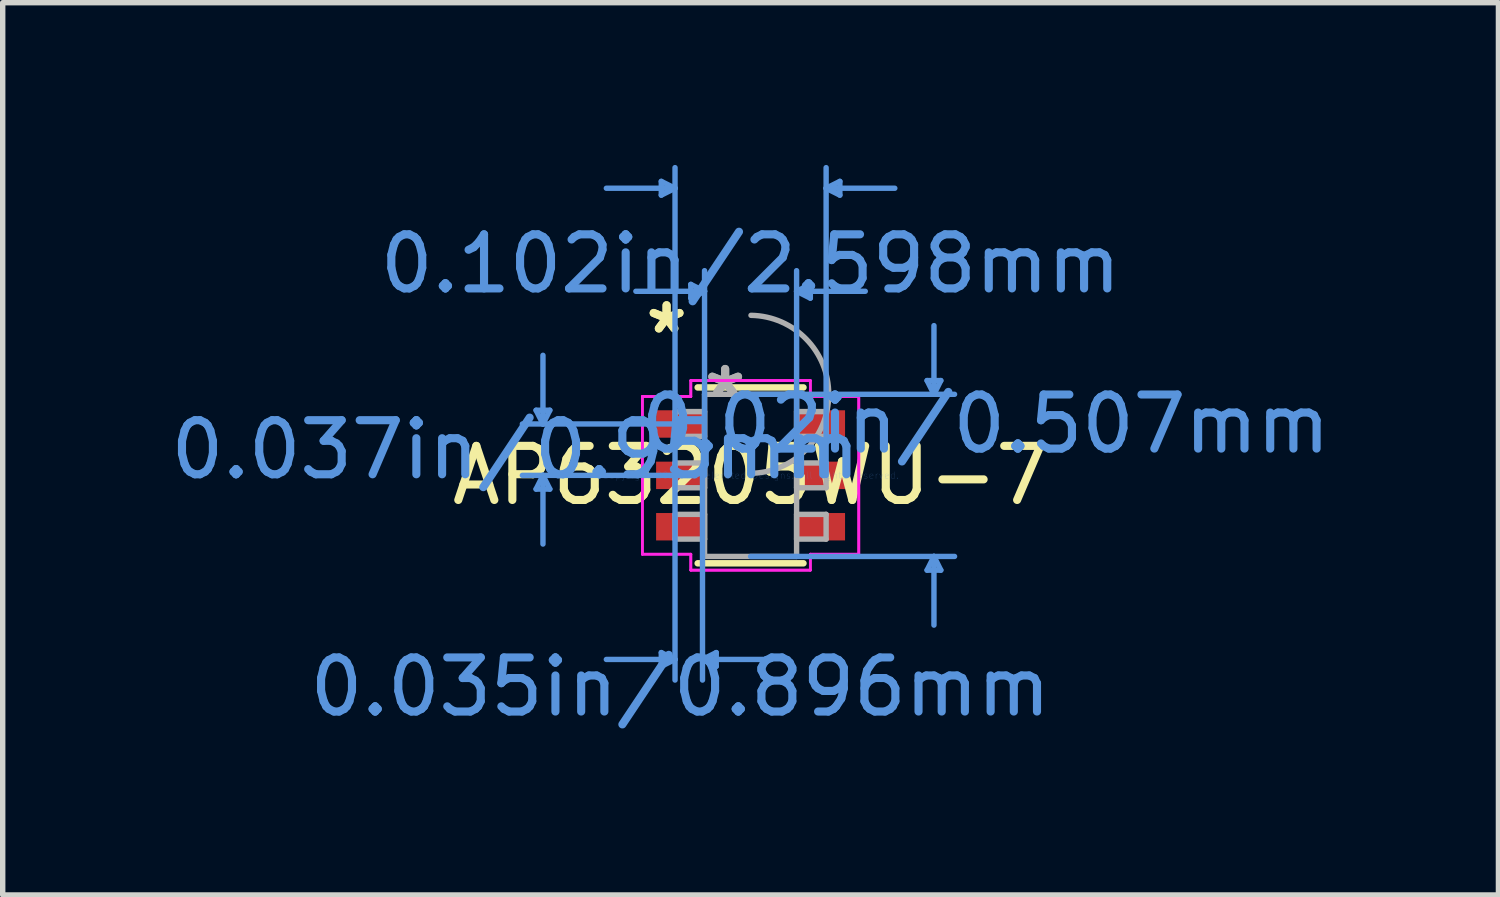
<source format=kicad_pcb>
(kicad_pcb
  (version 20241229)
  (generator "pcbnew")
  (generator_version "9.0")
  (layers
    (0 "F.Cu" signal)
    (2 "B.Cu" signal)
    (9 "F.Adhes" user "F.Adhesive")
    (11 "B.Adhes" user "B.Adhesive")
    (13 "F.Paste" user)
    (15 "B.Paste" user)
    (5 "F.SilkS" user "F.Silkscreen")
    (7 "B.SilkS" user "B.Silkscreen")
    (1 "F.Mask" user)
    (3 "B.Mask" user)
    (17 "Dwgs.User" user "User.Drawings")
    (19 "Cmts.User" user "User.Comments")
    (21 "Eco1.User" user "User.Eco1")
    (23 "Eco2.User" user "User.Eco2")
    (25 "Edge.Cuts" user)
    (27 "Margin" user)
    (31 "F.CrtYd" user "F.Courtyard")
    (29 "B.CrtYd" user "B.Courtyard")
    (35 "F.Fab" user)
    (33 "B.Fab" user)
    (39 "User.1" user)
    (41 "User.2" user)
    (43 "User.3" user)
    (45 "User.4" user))
  (footprint "AP63205WU-7"
    (layer "F.Cu")
    (at 10.829 5.74)
    (property "Reference" "AP63205WU-7" (at 0 0 0) (layer "F.SilkS") (effects (font (size 1 1) (thickness 0.15))))
    (attr through_hole)
    (fp_line (start -0.978 1.626) (end 0.978 1.626) (stroke (width 0.12) (type solid)) (layer "F.SilkS"))
    (fp_line (start 0.978 -1.626) (end -0.978 -1.626) (stroke (width 0.12) (type solid)) (layer "F.SilkS"))
    (fp_line (start -3.966 -1.204) (end -3.712 -1.204) (stroke (width 0.1) (type solid)) (layer "Cmts.User"))
    (fp_line (start -3.966 0.254) (end -3.712 0.254) (stroke (width 0.1) (type solid)) (layer "Cmts.User"))
    (fp_line (start -3.839 -0.95) (end -3.966 -1.204) (stroke (width 0.1) (type solid)) (layer "Cmts.User"))
    (fp_line (start -3.839 -0.95) (end -3.839 -2.22) (stroke (width 0.1) (type solid)) (layer "Cmts.User"))
    (fp_line (start -3.839 -0.95) (end -3.712 -1.204) (stroke (width 0.1) (type solid)) (layer "Cmts.User"))
    (fp_line (start -3.839 0) (end -3.966 0.254) (stroke (width 0.1) (type solid)) (layer "Cmts.User"))
    (fp_line (start -3.839 0) (end -3.839 1.27) (stroke (width 0.1) (type solid)) (layer "Cmts.User"))
    (fp_line (start -3.839 0) (end -3.712 0.254) (stroke (width 0.1) (type solid)) (layer "Cmts.User"))
    (fp_line (start -1.651 -5.436) (end -1.651 -5.182) (stroke (width 0.1) (type solid)) (layer "Cmts.User"))
    (fp_line (start -1.651 3.277) (end -1.651 3.531) (stroke (width 0.1) (type solid)) (layer "Cmts.User"))
    (fp_line (start -1.397 -5.309) (end -2.667 -5.309) (stroke (width 0.1) (type solid)) (layer "Cmts.User"))
    (fp_line (start -1.397 -5.309) (end -1.651 -5.436) (stroke (width 0.1) (type solid)) (layer "Cmts.User"))
    (fp_line (start -1.397 -5.309) (end -1.651 -5.182) (stroke (width 0.1) (type solid)) (layer "Cmts.User"))
    (fp_line (start -1.397 0) (end -1.397 -5.69) (stroke (width 0.1) (type solid)) (layer "Cmts.User"))
    (fp_line (start -1.397 0) (end -1.397 3.785) (stroke (width 0.1) (type solid)) (layer "Cmts.User"))
    (fp_line (start -1.397 3.404) (end -2.667 3.404) (stroke (width 0.1) (type solid)) (layer "Cmts.User"))
    (fp_line (start -1.397 3.404) (end -1.651 3.277) (stroke (width 0.1) (type solid)) (layer "Cmts.User"))
    (fp_line (start -1.397 3.404) (end -1.651 3.531) (stroke (width 0.1) (type solid)) (layer "Cmts.User"))
    (fp_line (start -1.299 -0.95) (end -4.22 -0.95) (stroke (width 0.1) (type solid)) (layer "Cmts.User"))
    (fp_line (start -1.299 0) (end -4.22 0) (stroke (width 0.1) (type solid)) (layer "Cmts.User"))
    (fp_line (start -1.105 -3.531) (end -1.105 -3.277) (stroke (width 0.1) (type solid)) (layer "Cmts.User"))
    (fp_line (start -0.889 0) (end -0.889 3.785) (stroke (width 0.1) (type solid)) (layer "Cmts.User"))
    (fp_line (start -0.889 3.404) (end -0.635 3.277) (stroke (width 0.1) (type solid)) (layer "Cmts.User"))
    (fp_line (start -0.889 3.404) (end -0.635 3.531) (stroke (width 0.1) (type solid)) (layer "Cmts.User"))
    (fp_line (start -0.889 3.404) (end 0.381 3.404) (stroke (width 0.1) (type solid)) (layer "Cmts.User"))
    (fp_line (start -0.851 -3.404) (end -2.121 -3.404) (stroke (width 0.1) (type solid)) (layer "Cmts.User"))
    (fp_line (start -0.851 -3.404) (end -1.105 -3.531) (stroke (width 0.1) (type solid)) (layer "Cmts.User"))
    (fp_line (start -0.851 -3.404) (end -1.105 -3.277) (stroke (width 0.1) (type solid)) (layer "Cmts.User"))
    (fp_line (start -0.851 0) (end -0.851 -3.785) (stroke (width 0.1) (type solid)) (layer "Cmts.User"))
    (fp_line (start -0.635 3.277) (end -0.635 3.531) (stroke (width 0.1) (type solid)) (layer "Cmts.User"))
    (fp_line (start 0 -1.499) (end 3.772 -1.499) (stroke (width 0.1) (type solid)) (layer "Cmts.User"))
    (fp_line (start 0 1.499) (end 3.772 1.499) (stroke (width 0.1) (type solid)) (layer "Cmts.User"))
    (fp_line (start 0.851 -3.404) (end 1.105 -3.531) (stroke (width 0.1) (type solid)) (layer "Cmts.User"))
    (fp_line (start 0.851 -3.404) (end 1.105 -3.277) (stroke (width 0.1) (type solid)) (layer "Cmts.User"))
    (fp_line (start 0.851 -3.404) (end 2.121 -3.404) (stroke (width 0.1) (type solid)) (layer "Cmts.User"))
    (fp_line (start 0.851 0) (end 0.851 -3.785) (stroke (width 0.1) (type solid)) (layer "Cmts.User"))
    (fp_line (start 1.105 -3.531) (end 1.105 -3.277) (stroke (width 0.1) (type solid)) (layer "Cmts.User"))
    (fp_line (start 1.397 -5.309) (end 1.651 -5.436) (stroke (width 0.1) (type solid)) (layer "Cmts.User"))
    (fp_line (start 1.397 -5.309) (end 1.651 -5.182) (stroke (width 0.1) (type solid)) (layer "Cmts.User"))
    (fp_line (start 1.397 -5.309) (end 2.667 -5.309) (stroke (width 0.1) (type solid)) (layer "Cmts.User"))
    (fp_line (start 1.397 0) (end 1.397 -5.69) (stroke (width 0.1) (type solid)) (layer "Cmts.User"))
    (fp_line (start 1.651 -5.436) (end 1.651 -5.182) (stroke (width 0.1) (type solid)) (layer "Cmts.User"))
    (fp_line (start 3.264 -1.753) (end 3.518 -1.753) (stroke (width 0.1) (type solid)) (layer "Cmts.User"))
    (fp_line (start 3.264 1.753) (end 3.518 1.753) (stroke (width 0.1) (type solid)) (layer "Cmts.User"))
    (fp_line (start 3.391 -1.499) (end 3.264 -1.753) (stroke (width 0.1) (type solid)) (layer "Cmts.User"))
    (fp_line (start 3.391 -1.499) (end 3.391 -2.769) (stroke (width 0.1) (type solid)) (layer "Cmts.User"))
    (fp_line (start 3.391 -1.499) (end 3.518 -1.753) (stroke (width 0.1) (type solid)) (layer "Cmts.User"))
    (fp_line (start 3.391 1.499) (end 3.264 1.753) (stroke (width 0.1) (type solid)) (layer "Cmts.User"))
    (fp_line (start 3.391 1.499) (end 3.391 2.769) (stroke (width 0.1) (type solid)) (layer "Cmts.User"))
    (fp_line (start 3.391 1.499) (end 3.518 1.753) (stroke (width 0.1) (type solid)) (layer "Cmts.User"))
    (fp_line (start -2.001 -1.458) (end -1.105 -1.458) (stroke (width 0.05) (type solid)) (layer "F.CrtYd"))
    (fp_line (start -2.001 -1.458) (end -1.105 -1.458) (stroke (width 0.05) (type solid)) (layer "F.CrtYd"))
    (fp_line (start -2.001 1.458) (end -2.001 -1.458) (stroke (width 0.05) (type solid)) (layer "F.CrtYd"))
    (fp_line (start -2.001 1.458) (end -2.001 -1.458) (stroke (width 0.05) (type solid)) (layer "F.CrtYd"))
    (fp_line (start -2.001 1.458) (end -1.105 1.458) (stroke (width 0.05) (type solid)) (layer "F.CrtYd"))
    (fp_line (start -1.105 -1.753) (end 1.105 -1.753) (stroke (width 0.05) (type solid)) (layer "F.CrtYd"))
    (fp_line (start -1.105 -1.753) (end 1.105 -1.753) (stroke (width 0.05) (type solid)) (layer "F.CrtYd"))
    (fp_line (start -1.105 -1.458) (end -1.105 -1.753) (stroke (width 0.05) (type solid)) (layer "F.CrtYd"))
    (fp_line (start -1.105 -1.458) (end -1.105 -1.753) (stroke (width 0.05) (type solid)) (layer "F.CrtYd"))
    (fp_line (start -1.105 1.458) (end -2.001 1.458) (stroke (width 0.05) (type solid)) (layer "F.CrtYd"))
    (fp_line (start -1.105 1.753) (end -1.105 1.458) (stroke (width 0.05) (type solid)) (layer "F.CrtYd"))
    (fp_line (start -1.105 1.753) (end -1.105 1.458) (stroke (width 0.05) (type solid)) (layer "F.CrtYd"))
    (fp_line (start 1.105 -1.753) (end 1.105 -1.458) (stroke (width 0.05) (type solid)) (layer "F.CrtYd"))
    (fp_line (start 1.105 -1.753) (end 1.105 -1.458) (stroke (width 0.05) (type solid)) (layer "F.CrtYd"))
    (fp_line (start 1.105 -1.458) (end 2.001 -1.458) (stroke (width 0.05) (type solid)) (layer "F.CrtYd"))
    (fp_line (start 1.105 1.458) (end 1.105 1.753) (stroke (width 0.05) (type solid)) (layer "F.CrtYd"))
    (fp_line (start 1.105 1.458) (end 1.105 1.753) (stroke (width 0.05) (type solid)) (layer "F.CrtYd"))
    (fp_line (start 1.105 1.753) (end -1.105 1.753) (stroke (width 0.05) (type solid)) (layer "F.CrtYd"))
    (fp_line (start 1.105 1.753) (end -1.105 1.753) (stroke (width 0.05) (type solid)) (layer "F.CrtYd"))
    (fp_line (start 2.001 -1.458) (end 1.105 -1.458) (stroke (width 0.05) (type solid)) (layer "F.CrtYd"))
    (fp_line (start 2.001 -1.458) (end 2.001 1.458) (stroke (width 0.05) (type solid)) (layer "F.CrtYd"))
    (fp_line (start 2.001 -1.458) (end 2.001 1.458) (stroke (width 0.05) (type solid)) (layer "F.CrtYd"))
    (fp_line (start 2.001 1.458) (end 1.105 1.458) (stroke (width 0.05) (type solid)) (layer "F.CrtYd"))
    (fp_line (start 2.001 1.458) (end 1.105 1.458) (stroke (width 0.05) (type solid)) (layer "F.CrtYd"))
    (fp_line (start -1.397 -1.179) (end -1.397 -0.721) (stroke (width 0.1) (type solid)) (layer "F.Fab"))
    (fp_line (start -1.397 -0.721) (end -0.851 -0.721) (stroke (width 0.1) (type solid)) (layer "F.Fab"))
    (fp_line (start -1.397 -0.229) (end -1.397 0.229) (stroke (width 0.1) (type solid)) (layer "F.Fab"))
    (fp_line (start -1.397 0.229) (end -0.851 0.229) (stroke (width 0.1) (type solid)) (layer "F.Fab"))
    (fp_line (start -1.397 0.721) (end -1.397 1.179) (stroke (width 0.1) (type solid)) (layer "F.Fab"))
    (fp_line (start -1.397 1.179) (end -0.851 1.179) (stroke (width 0.1) (type solid)) (layer "F.Fab"))
    (fp_line (start -0.851 -1.499) (end -0.851 1.499) (stroke (width 0.1) (type solid)) (layer "F.Fab"))
    (fp_line (start -0.851 -1.179) (end -1.397 -1.179) (stroke (width 0.1) (type solid)) (layer "F.Fab"))
    (fp_line (start -0.851 -0.721) (end -0.851 -1.179) (stroke (width 0.1) (type solid)) (layer "F.Fab"))
    (fp_line (start -0.851 -0.229) (end -1.397 -0.229) (stroke (width 0.1) (type solid)) (layer "F.Fab"))
    (fp_line (start -0.851 0.229) (end -0.851 -0.229) (stroke (width 0.1) (type solid)) (layer "F.Fab"))
    (fp_line (start -0.851 0.721) (end -1.397 0.721) (stroke (width 0.1) (type solid)) (layer "F.Fab"))
    (fp_line (start -0.851 1.179) (end -0.851 0.721) (stroke (width 0.1) (type solid)) (layer "F.Fab"))
    (fp_line (start -0.851 1.499) (end 0.851 1.499) (stroke (width 0.1) (type solid)) (layer "F.Fab"))
    (fp_line (start 0.851 -1.499) (end -0.851 -1.499) (stroke (width 0.1) (type solid)) (layer "F.Fab"))
    (fp_line (start 0.851 -1.179) (end 0.851 -0.721) (stroke (width 0.1) (type solid)) (layer "F.Fab"))
    (fp_line (start 0.851 -0.721) (end 1.397 -0.721) (stroke (width 0.1) (type solid)) (layer "F.Fab"))
    (fp_line (start 0.851 -0.229) (end 0.851 0.229) (stroke (width 0.1) (type solid)) (layer "F.Fab"))
    (fp_line (start 0.851 0.229) (end 1.397 0.229) (stroke (width 0.1) (type solid)) (layer "F.Fab"))
    (fp_line (start 0.851 0.721) (end 0.851 1.179) (stroke (width 0.1) (type solid)) (layer "F.Fab"))
    (fp_line (start 0.851 1.179) (end 1.397 1.179) (stroke (width 0.1) (type solid)) (layer "F.Fab"))
    (fp_line (start 0.851 1.499) (end 0.851 -1.499) (stroke (width 0.1) (type solid)) (layer "F.Fab"))
    (fp_line (start 1.397 -1.179) (end 0.851 -1.179) (stroke (width 0.1) (type solid)) (layer "F.Fab"))
    (fp_line (start 1.397 -0.721) (end 1.397 -1.179) (stroke (width 0.1) (type solid)) (layer "F.Fab"))
    (fp_line (start 1.397 -0.229) (end 0.851 -0.229) (stroke (width 0.1) (type solid)) (layer "F.Fab"))
    (fp_line (start 1.397 0.229) (end 1.397 -0.229) (stroke (width 0.1) (type solid)) (layer "F.Fab"))
    (fp_line (start 1.397 0.721) (end 0.851 0.721) (stroke (width 0.1) (type solid)) (layer "F.Fab"))
    (fp_line (start 1.397 1.179) (end 1.397 0.721) (stroke (width 0.1) (type solid)) (layer "F.Fab"))
    (fp_arc (start 0.007742 -2.959136) (mid 1.460536 -1.490858) (end -0.007742 -0.038064) (stroke (width 0.1) (type solid)) (layer "F.Fab"))
    (fp_text user "*" (at -1.553 -2.6 0) (layer "F.SilkS") (effects (font (size 1 1) (thickness 0.15))))
    (fp_text user "*" (at -1.553 -2.6 0) (layer "F.SilkS") (effects (font (size 1 1) (thickness 0.15))))
    (fp_text user "0.102in/2.598mm" (at 0 -3.912 0) (layer "Cmts.User") (effects (font (size 1 1) (thickness 0.15))))
    (fp_text user "0.035in/0.896mm" (at -1.299 3.912 0) (layer "Cmts.User") (effects (font (size 1 1) (thickness 0.15))))
    (fp_text user "Copyright 2021 Accelerated Designs. All rights reserved." (at 0 0 0) (layer "Cmts.User") (effects (font (size 0.127 0.127) (thickness 0.002))))
    (fp_text user "0.02in/0.507mm" (at 4.347 -0.95 0) (layer "Cmts.User") (effects (font (size 1 1) (thickness 0.15))))
    (fp_text user "0.037in/0.95mm" (at -4.347 -0.475 0) (layer "Cmts.User") (effects (font (size 1 1) (thickness 0.15))))
    (fp_text user "*" (at -0.47 -1.422 0) (layer "F.Fab") (effects (font (size 1 1) (thickness 0.15))))
    (fp_text user "*" (at -0.47 -1.422 0) (layer "F.Fab") (effects (font (size 1 1) (thickness 0.15))))
    (pad "1" smd rect (at -1.299 -0.95) (size 0.896 0.507) (layers "F.Cu" "F.Mask" "F.Paste"))
    (pad "2" smd rect (at -1.299 0) (size 0.896 0.507) (layers "F.Cu" "F.Mask" "F.Paste"))
    (pad "3" smd rect (at -1.299 0.95) (size 0.896 0.507) (layers "F.Cu" "F.Mask" "F.Paste"))
    (pad "4" smd rect (at 1.299 0.95) (size 0.896 0.507) (layers "F.Cu" "F.Mask" "F.Paste"))
    (pad "5" smd rect (at 1.299 0) (size 0.896 0.507) (layers "F.Cu" "F.Mask" "F.Paste"))
    (pad "6" smd rect (at 1.299 -0.95) (size 0.896 0.507) (layers "F.Cu" "F.Mask" "F.Paste")))
  (gr_rect
    (start -3 -3)
    (end 24.658 13.499)
    (stroke (width 0.1) (type default))
    (fill no)
    (layer "Edge.Cuts")))
</source>
